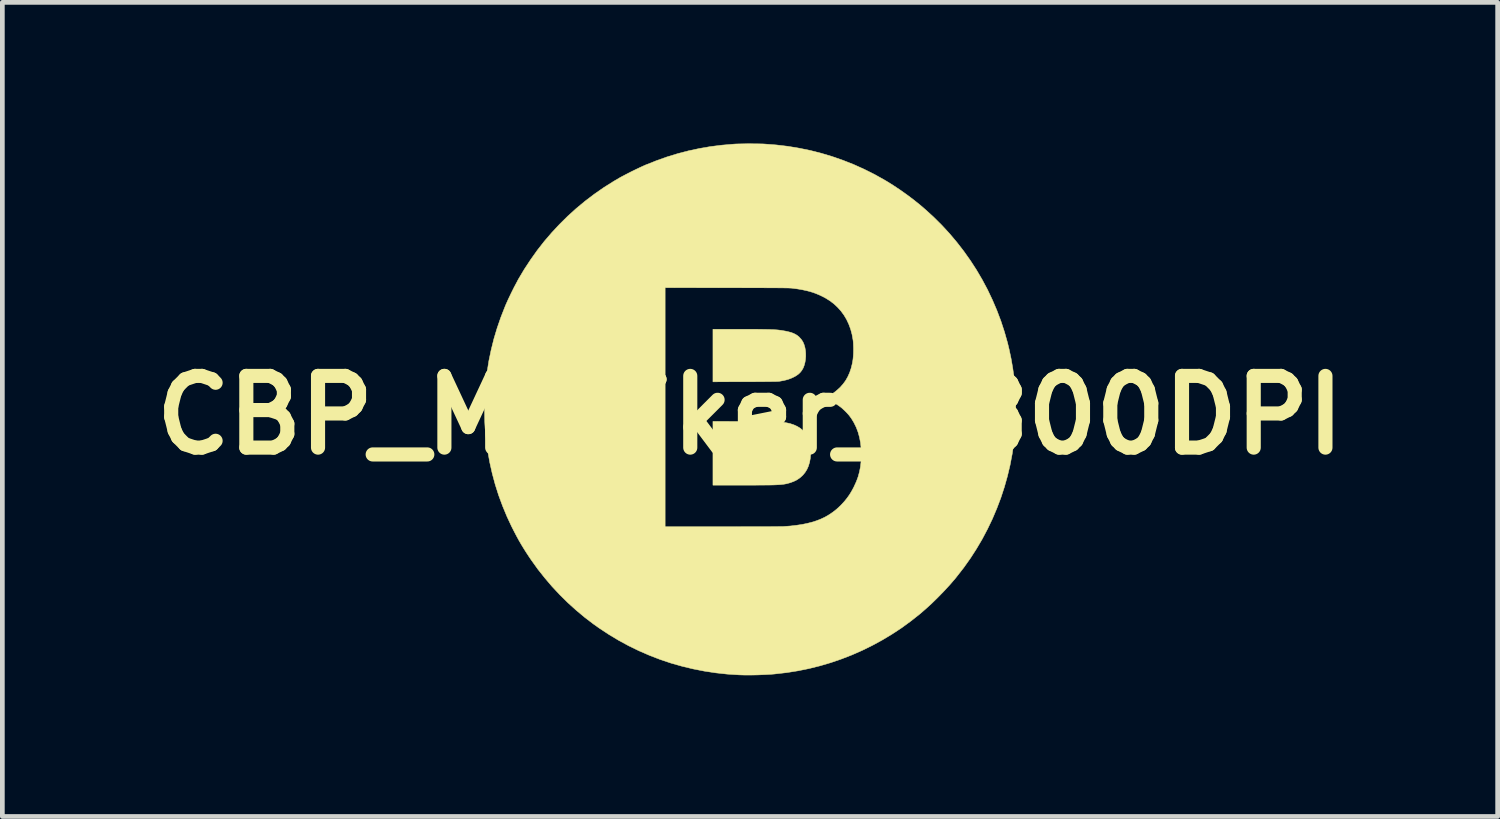
<source format=kicad_pcb>
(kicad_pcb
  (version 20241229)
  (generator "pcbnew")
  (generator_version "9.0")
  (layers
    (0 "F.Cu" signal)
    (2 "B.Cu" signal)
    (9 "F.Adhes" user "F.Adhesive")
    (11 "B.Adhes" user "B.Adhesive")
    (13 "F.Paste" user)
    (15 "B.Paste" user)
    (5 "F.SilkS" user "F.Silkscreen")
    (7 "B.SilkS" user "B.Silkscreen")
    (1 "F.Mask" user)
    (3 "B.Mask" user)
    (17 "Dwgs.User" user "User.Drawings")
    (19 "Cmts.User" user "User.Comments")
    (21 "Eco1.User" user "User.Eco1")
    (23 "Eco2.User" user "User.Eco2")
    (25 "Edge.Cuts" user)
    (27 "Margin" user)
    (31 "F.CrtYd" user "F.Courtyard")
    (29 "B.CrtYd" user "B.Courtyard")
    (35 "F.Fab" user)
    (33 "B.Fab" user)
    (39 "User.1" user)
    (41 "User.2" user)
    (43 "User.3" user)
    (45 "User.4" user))
  (footprint "CBP_Moniker_4800DPI"
    (layer "F.Cu")
    (at 12.889 5.773)
    (property "Reference" "CBP_Moniker_4800DPI" (at 0 0 0) (layer "F.SilkS") (effects (font (size 1.524 1.524) (thickness 0.3))))
    (attr through_hole)
    (fp_poly (pts (xy -0.208 -1.826) (xy -0.101 -1.825) (xy -0.003 -1.825) (xy 0.085 -1.825) (xy 0.164 -1.825) (xy 0.235 -1.824) (xy 0.299 -1.823) (xy 0.357 -1.822) (xy 0.409 -1.821) (xy 0.455 -1.819) (xy 0.497 -1.818) (xy 0.535 -1.815) (xy 0.569 -1.813) (xy 0.601 -1.81) (xy 0.631 -1.806) (xy 0.66 -1.803) (xy 0.688 -1.798) (xy 0.716 -1.793) (xy 0.745 -1.788) (xy 0.757 -1.786) (xy 0.822 -1.771) (xy 0.878 -1.756) (xy 0.927 -1.737) (xy 0.969 -1.716) (xy 1.007 -1.692) (xy 1.042 -1.663) (xy 1.053 -1.651) (xy 1.093 -1.606) (xy 1.125 -1.556) (xy 1.149 -1.5) (xy 1.167 -1.438) (xy 1.179 -1.369) (xy 1.183 -1.318) (xy 1.184 -1.253) (xy 1.179 -1.188) (xy 1.169 -1.125) (xy 1.154 -1.066) (xy 1.135 -1.015) (xy 1.13 -1.003) (xy 1.101 -0.952) (xy 1.065 -0.907) (xy 1.022 -0.867) (xy 0.97 -0.832) (xy 0.923 -0.807) (xy 0.873 -0.784) (xy 0.822 -0.765) (xy 0.768 -0.749) (xy 0.709 -0.735) (xy 0.642 -0.723) (xy 0.616 -0.719) (xy 0.606 -0.718) (xy 0.589 -0.717) (xy 0.565 -0.716) (xy 0.534 -0.715) (xy 0.495 -0.715) (xy 0.448 -0.714) (xy 0.393 -0.713) (xy 0.329 -0.713) (xy 0.256 -0.712) (xy 0.174 -0.712) (xy 0.082 -0.711) (xy -0.02 -0.711) (xy -0.107 -0.711) (xy -0.788 -0.709) (xy -0.788 -1.826) (xy -0.208 -1.826)) (stroke (width 0.01) (type solid)) (fill yes) (layer "F.SilkS"))
    (fp_poly (pts (xy -0.094 0.134) (xy 0.008 0.134) (xy 0.101 0.135) (xy 0.184 0.135) (xy 0.258 0.135) (xy 0.324 0.136) (xy 0.383 0.136) (xy 0.434 0.137) (xy 0.48 0.137) (xy 0.52 0.138) (xy 0.554 0.139) (xy 0.585 0.14) (xy 0.611 0.141) (xy 0.634 0.142) (xy 0.655 0.144) (xy 0.674 0.146) (xy 0.691 0.148) (xy 0.708 0.15) (xy 0.725 0.153) (xy 0.742 0.156) (xy 0.76 0.159) (xy 0.849 0.178) (xy 0.93 0.205) (xy 1.003 0.238) (xy 1.068 0.278) (xy 1.124 0.324) (xy 1.173 0.376) (xy 1.195 0.407) (xy 1.228 0.463) (xy 1.253 0.521) (xy 1.272 0.585) (xy 1.284 0.654) (xy 1.289 0.728) (xy 1.289 0.826) (xy 1.281 0.918) (xy 1.265 1.003) (xy 1.241 1.082) (xy 1.209 1.154) (xy 1.169 1.218) (xy 1.121 1.276) (xy 1.065 1.327) (xy 1.002 1.371) (xy 0.931 1.407) (xy 0.852 1.436) (xy 0.812 1.447) (xy 0.791 1.453) (xy 0.77 1.458) (xy 0.748 1.462) (xy 0.726 1.466) (xy 0.703 1.469) (xy 0.678 1.472) (xy 0.65 1.475) (xy 0.619 1.477) (xy 0.585 1.479) (xy 0.546 1.481) (xy 0.502 1.483) (xy 0.453 1.484) (xy 0.398 1.485) (xy 0.335 1.485) (xy 0.266 1.486) (xy 0.189 1.486) (xy 0.103 1.487) (xy 0.008 1.487) (xy -0.097 1.487) (xy -0.147 1.487) (xy -0.788 1.487) (xy -0.788 0.132) (xy -0.094 0.134)) (stroke (width 0.01) (type solid)) (fill yes) (layer "F.SilkS"))
    (fp_poly (pts (xy 0.072 -5.767) (xy 0.133 -5.767) (xy 0.189 -5.766) (xy 0.24 -5.765) (xy 0.283 -5.764) (xy 0.313 -5.762) (xy 0.559 -5.743) (xy 0.803 -5.714) (xy 1.044 -5.674) (xy 1.283 -5.625) (xy 1.518 -5.565) (xy 1.751 -5.495) (xy 1.98 -5.415) (xy 2.205 -5.326) (xy 2.427 -5.226) (xy 2.645 -5.117) (xy 2.859 -4.997) (xy 2.905 -4.97) (xy 3.046 -4.882) (xy 3.19 -4.786) (xy 3.333 -4.685) (xy 3.474 -4.579) (xy 3.61 -4.47) (xy 3.723 -4.373) (xy 3.903 -4.209) (xy 4.075 -4.038) (xy 4.239 -3.86) (xy 4.395 -3.675) (xy 4.543 -3.484) (xy 4.682 -3.288) (xy 4.813 -3.086) (xy 4.935 -2.878) (xy 5.048 -2.666) (xy 5.151 -2.449) (xy 5.246 -2.227) (xy 5.331 -2.002) (xy 5.406 -1.773) (xy 5.472 -1.54) (xy 5.506 -1.4) (xy 5.549 -1.197) (xy 5.584 -0.994) (xy 5.612 -0.789) (xy 5.632 -0.579) (xy 5.641 -0.463) (xy 5.642 -0.44) (xy 5.643 -0.408) (xy 5.644 -0.368) (xy 5.645 -0.323) (xy 5.645 -0.273) (xy 5.646 -0.22) (xy 5.646 -0.165) (xy 5.646 -0.124) (xy 5.646 -0.034) (xy 5.645 0.048) (xy 5.643 0.123) (xy 5.641 0.193) (xy 5.638 0.259) (xy 5.633 0.324) (xy 5.628 0.39) (xy 5.621 0.457) (xy 5.613 0.529) (xy 5.606 0.587) (xy 5.571 0.826) (xy 5.526 1.062) (xy 5.47 1.297) (xy 5.405 1.528) (xy 5.33 1.757) (xy 5.245 1.981) (xy 5.151 2.203) (xy 5.047 2.42) (xy 4.935 2.632) (xy 4.813 2.839) (xy 4.683 3.041) (xy 4.544 3.237) (xy 4.396 3.427) (xy 4.356 3.477) (xy 4.242 3.609) (xy 4.12 3.741) (xy 3.993 3.872) (xy 3.862 4) (xy 3.729 4.121) (xy 3.604 4.229) (xy 3.415 4.378) (xy 3.221 4.52) (xy 3.02 4.652) (xy 2.814 4.776) (xy 2.603 4.891) (xy 2.388 4.997) (xy 2.168 5.094) (xy 1.944 5.181) (xy 1.717 5.259) (xy 1.486 5.327) (xy 1.253 5.385) (xy 1.017 5.433) (xy 0.779 5.471) (xy 0.54 5.498) (xy 0.516 5.501) (xy 0.437 5.507) (xy 0.351 5.512) (xy 0.261 5.516) (xy 0.169 5.52) (xy 0.077 5.522) (xy -0.013 5.523) (xy -0.098 5.523) (xy -0.177 5.521) (xy -0.234 5.519) (xy -0.483 5.503) (xy -0.729 5.476) (xy -0.972 5.439) (xy -1.211 5.392) (xy -1.447 5.335) (xy -1.68 5.269) (xy -1.91 5.192) (xy -2.135 5.105) (xy -2.357 5.009) (xy -2.575 4.903) (xy -2.789 4.787) (xy -2.999 4.661) (xy -3.204 4.526) (xy -3.332 4.435) (xy -3.518 4.293) (xy -3.698 4.142) (xy -3.874 3.983) (xy -4.042 3.817) (xy -4.205 3.643) (xy -4.359 3.462) (xy -4.506 3.277) (xy -4.644 3.085) (xy -4.701 3.001) (xy -4.76 2.911) (xy -4.814 2.825) (xy -4.864 2.743) (xy -4.912 2.66) (xy -4.958 2.576) (xy -5.005 2.486) (xy -5.054 2.39) (xy -5.061 2.376) (xy -5.064 2.371) (xy -1.804 2.371) (xy -0.586 2.371) (xy -0.445 2.371) (xy -0.311 2.371) (xy -0.184 2.37) (xy -0.064 2.37) (xy 0.049 2.37) (xy 0.154 2.37) (xy 0.251 2.369) (xy 0.34 2.369) (xy 0.42 2.369) (xy 0.491 2.368) (xy 0.554 2.368) (xy 0.607 2.367) (xy 0.651 2.367) (xy 0.685 2.366) (xy 0.708 2.366) (xy 0.72 2.365) (xy 0.858 2.355) (xy 0.987 2.34) (xy 1.107 2.322) (xy 1.219 2.299) (xy 1.324 2.272) (xy 1.423 2.24) (xy 1.515 2.203) (xy 1.602 2.161) (xy 1.684 2.113) (xy 1.763 2.059) (xy 1.838 2) (xy 1.91 1.934) (xy 1.945 1.899) (xy 2.006 1.832) (xy 2.061 1.764) (xy 2.111 1.694) (xy 2.157 1.619) (xy 2.202 1.536) (xy 2.214 1.511) (xy 2.26 1.41) (xy 2.297 1.31) (xy 2.325 1.207) (xy 2.346 1.102) (xy 2.359 0.992) (xy 2.365 0.876) (xy 2.365 0.831) (xy 2.361 0.705) (xy 2.348 0.584) (xy 2.326 0.47) (xy 2.296 0.361) (xy 2.257 0.258) (xy 2.209 0.16) (xy 2.153 0.068) (xy 2.109 0.008) (xy 2.084 -0.021) (xy 2.054 -0.054) (xy 2.02 -0.088) (xy 1.984 -0.122) (xy 1.95 -0.153) (xy 1.918 -0.178) (xy 1.917 -0.179) (xy 1.858 -0.22) (xy 1.792 -0.261) (xy 1.722 -0.298) (xy 1.653 -0.33) (xy 1.631 -0.339) (xy 1.612 -0.346) (xy 1.597 -0.353) (xy 1.588 -0.357) (xy 1.587 -0.358) (xy 1.592 -0.361) (xy 1.603 -0.368) (xy 1.621 -0.378) (xy 1.636 -0.387) (xy 1.711 -0.431) (xy 1.777 -0.474) (xy 1.836 -0.52) (xy 1.89 -0.568) (xy 1.916 -0.592) (xy 1.977 -0.661) (xy 2.032 -0.736) (xy 2.078 -0.817) (xy 2.117 -0.904) (xy 2.149 -0.999) (xy 2.174 -1.101) (xy 2.186 -1.171) (xy 2.191 -1.212) (xy 2.195 -1.261) (xy 2.198 -1.316) (xy 2.199 -1.373) (xy 2.199 -1.431) (xy 2.197 -1.487) (xy 2.195 -1.539) (xy 2.191 -1.584) (xy 2.189 -1.598) (xy 2.168 -1.716) (xy 2.138 -1.827) (xy 2.099 -1.933) (xy 2.052 -2.033) (xy 1.997 -2.126) (xy 1.933 -2.213) (xy 1.861 -2.293) (xy 1.782 -2.367) (xy 1.694 -2.433) (xy 1.599 -2.492) (xy 1.55 -2.518) (xy 1.47 -2.556) (xy 1.388 -2.59) (xy 1.304 -2.618) (xy 1.214 -2.643) (xy 1.119 -2.664) (xy 1.016 -2.682) (xy 0.905 -2.697) (xy 0.896 -2.698) (xy 0.887 -2.699) (xy 0.876 -2.7) (xy 0.863 -2.701) (xy 0.849 -2.701) (xy 0.832 -2.702) (xy 0.812 -2.703) (xy 0.789 -2.703) (xy 0.762 -2.704) (xy 0.731 -2.704) (xy 0.696 -2.705) (xy 0.655 -2.705) (xy 0.61 -2.705) (xy 0.558 -2.706) (xy 0.501 -2.706) (xy 0.437 -2.706) (xy 0.366 -2.706) (xy 0.288 -2.707) (xy 0.202 -2.707) (xy 0.108 -2.707) (xy 0.005 -2.707) (xy -0.107 -2.707) (xy -0.228 -2.708) (xy -0.359 -2.708) (xy -0.488 -2.708) (xy -1.804 -2.71) (xy -1.804 2.371) (xy -5.064 2.371) (xy -5.165 2.155) (xy -5.258 1.931) (xy -5.342 1.704) (xy -5.415 1.474) (xy -5.478 1.24) (xy -5.531 1.004) (xy -5.574 0.764) (xy -5.607 0.521) (xy -5.63 0.275) (xy -5.635 0.186) (xy -5.637 0.149) (xy -5.638 0.105) (xy -5.639 0.053) (xy -5.64 -0.004) (xy -5.641 -0.065) (xy -5.641 -0.127) (xy -5.641 -0.189) (xy -5.64 -0.249) (xy -5.639 -0.305) (xy -5.638 -0.356) (xy -5.637 -0.399) (xy -5.636 -0.429) (xy -5.617 -0.674) (xy -5.588 -0.916) (xy -5.55 -1.154) (xy -5.501 -1.389) (xy -5.443 -1.622) (xy -5.374 -1.852) (xy -5.295 -2.081) (xy -5.206 -2.308) (xy -5.189 -2.349) (xy -5.167 -2.398) (xy -5.142 -2.454) (xy -5.113 -2.515) (xy -5.082 -2.58) (xy -5.05 -2.645) (xy -5.018 -2.709) (xy -4.986 -2.77) (xy -4.956 -2.826) (xy -4.93 -2.876) (xy -4.924 -2.887) (xy -4.798 -3.099) (xy -4.663 -3.304) (xy -4.521 -3.504) (xy -4.371 -3.696) (xy -4.212 -3.881) (xy -4.046 -4.059) (xy -3.873 -4.23) (xy -3.693 -4.393) (xy -3.505 -4.549) (xy -3.31 -4.697) (xy -3.109 -4.837) (xy -2.901 -4.968) (xy -2.76 -5.051) (xy -2.713 -5.076) (xy -2.658 -5.105) (xy -2.598 -5.136) (xy -2.534 -5.169) (xy -2.469 -5.201) (xy -2.405 -5.232) (xy -2.342 -5.262) (xy -2.285 -5.288) (xy -2.234 -5.311) (xy -2.223 -5.316) (xy -1.996 -5.406) (xy -1.769 -5.487) (xy -1.541 -5.557) (xy -1.311 -5.617) (xy -1.078 -5.667) (xy -0.842 -5.708) (xy -0.602 -5.738) (xy -0.359 -5.759) (xy -0.302 -5.763) (xy -0.266 -5.764) (xy -0.221 -5.765) (xy -0.169 -5.766) (xy -0.112 -5.767) (xy -0.052 -5.768) (xy 0.011 -5.768) (xy 0.072 -5.767)) (stroke (width 0.01) (type solid)) (fill yes) (layer "F.SilkS")))
  (gr_rect
    (start -3 -3)
    (end 28.777 14.301)
    (stroke (width 0.1) (type default))
    (fill no)
    (layer "Edge.Cuts")))
</source>
